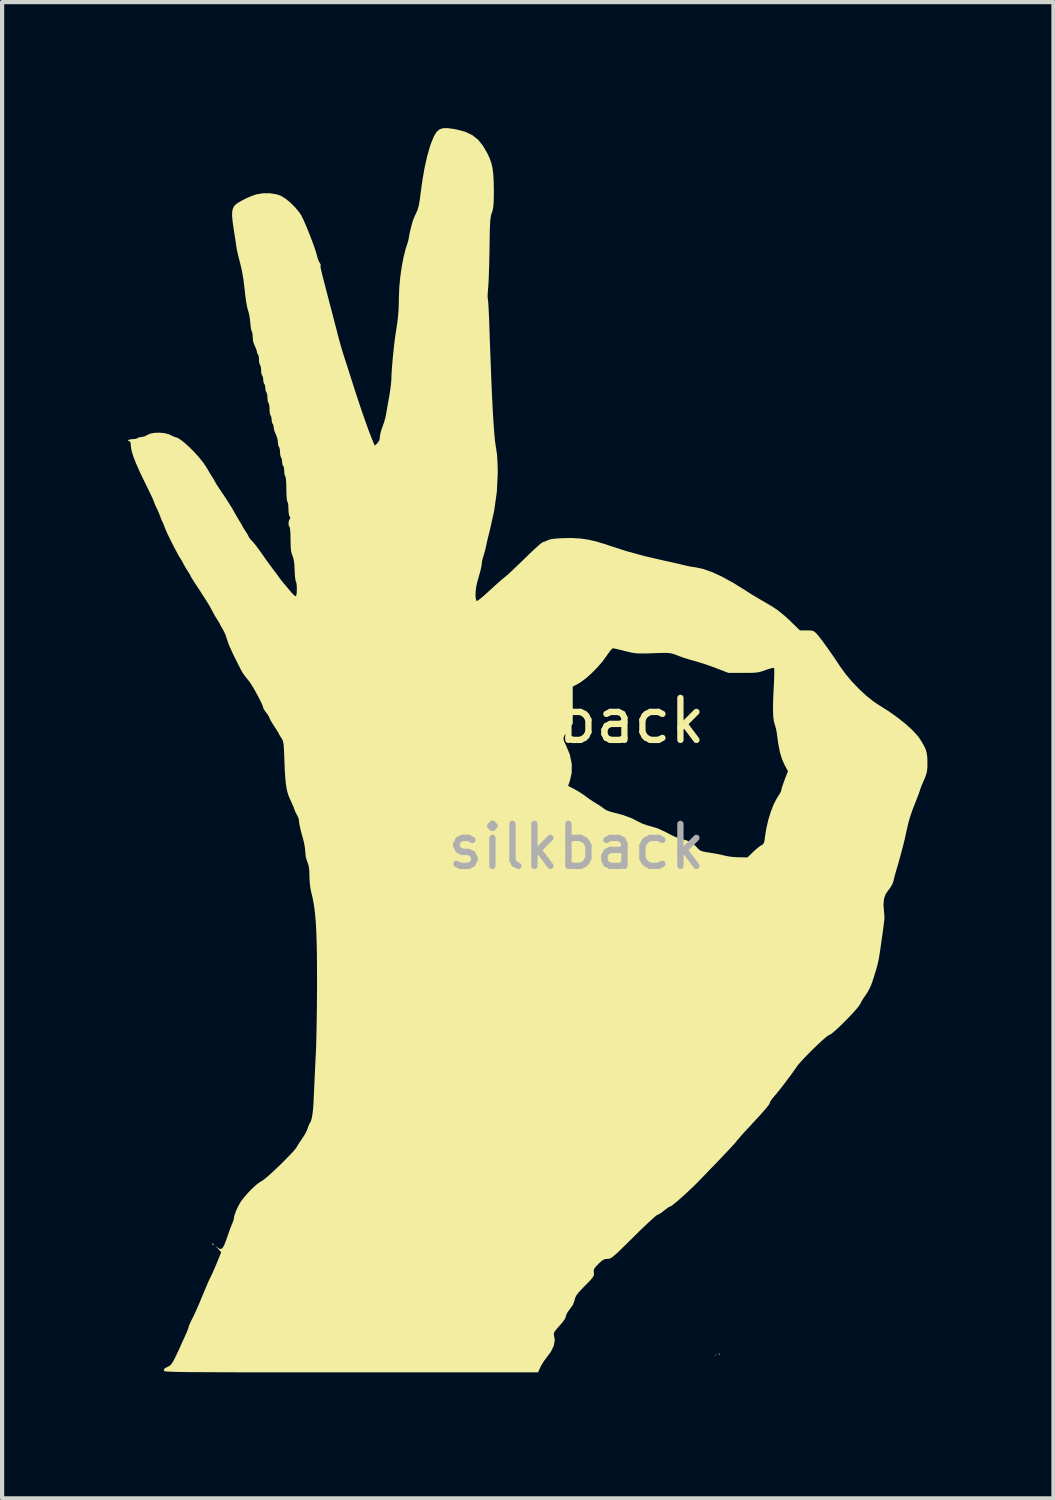
<source format=kicad_pcb>
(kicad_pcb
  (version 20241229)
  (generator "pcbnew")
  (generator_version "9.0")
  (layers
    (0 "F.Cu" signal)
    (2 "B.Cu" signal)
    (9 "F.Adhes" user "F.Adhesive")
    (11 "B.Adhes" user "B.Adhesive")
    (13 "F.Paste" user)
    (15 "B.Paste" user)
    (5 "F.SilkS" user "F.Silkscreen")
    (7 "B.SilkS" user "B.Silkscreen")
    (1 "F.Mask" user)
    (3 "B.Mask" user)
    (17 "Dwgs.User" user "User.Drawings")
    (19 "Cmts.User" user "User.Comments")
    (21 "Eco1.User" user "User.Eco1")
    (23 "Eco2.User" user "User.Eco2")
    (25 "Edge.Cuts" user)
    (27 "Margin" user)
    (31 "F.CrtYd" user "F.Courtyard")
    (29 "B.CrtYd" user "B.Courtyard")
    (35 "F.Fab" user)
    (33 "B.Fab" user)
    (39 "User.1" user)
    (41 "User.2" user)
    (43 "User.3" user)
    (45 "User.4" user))
  (footprint "silkback"
    (layer "F.Cu")
    (at 10.675 14.613)
    (property "Reference" "silkback" (at 0 -0.5 0) (unlocked yes) (layer "F.SilkS") (effects (font (size 1 1) (thickness 0.15))))
    (fp_poly (pts (xy 3.328 14.602) (xy 3.316 14.614) (xy 3.303 14.602) (xy 3.316 14.589)) (stroke (width 0) (type solid)) (fill yes) (layer "F.SilkS"))
    (fp_poly (pts (xy 3.42 14.573) (xy 3.417 14.588) (xy 3.403 14.589) (xy 3.383 14.58) (xy 3.387 14.573) (xy 3.416 14.57)) (stroke (width 0) (type solid)) (fill yes) (layer "F.SilkS"))
    (fp_poly (pts (xy -8.662 11.947) (xy -8.636 11.972) (xy -8.641 11.987) (xy -8.645 11.987) (xy -8.666 11.969) (xy -8.673 11.958) (xy -8.676 11.941)) (stroke (width 0) (type solid)) (fill yes) (layer "F.SilkS"))
    (fp_poly (pts (xy -2.928 -14.594) (xy -2.832 -14.575) (xy -2.636 -14.521) (xy -2.474 -14.442) (xy -2.338 -14.333) (xy -2.22 -14.185) (xy -2.118 -14.008) (xy -2.065 -13.893) (xy -2.025 -13.78) (xy -1.998 -13.66) (xy -1.98 -13.522) (xy -1.97 -13.355) (xy -1.966 -13.151) (xy -1.966 -13.125) (xy -1.967 -12.964) (xy -1.971 -12.842) (xy -1.978 -12.751) (xy -1.989 -12.681) (xy -2.005 -12.621) (xy -2.013 -12.6) (xy -2.027 -12.558) (xy -2.038 -12.509) (xy -2.047 -12.448) (xy -2.054 -12.368) (xy -2.059 -12.263) (xy -2.063 -12.127) (xy -2.066 -11.953) (xy -2.069 -11.749) (xy -2.073 -11.55) (xy -2.077 -11.356) (xy -2.083 -11.175) (xy -2.089 -11.016) (xy -2.095 -10.889) (xy -2.102 -10.803) (xy -2.102 -10.801) (xy -2.111 -10.699) (xy -2.114 -10.615) (xy -2.113 -10.563) (xy -2.11 -10.553) (xy -2.105 -10.522) (xy -2.098 -10.448) (xy -2.092 -10.338) (xy -2.085 -10.201) (xy -2.078 -10.044) (xy -2.075 -9.95) (xy -2.059 -9.483) (xy -2.043 -9.065) (xy -2.029 -8.691) (xy -2.015 -8.36) (xy -2.001 -8.07) (xy -1.988 -7.817) (xy -1.974 -7.6) (xy -1.961 -7.416) (xy -1.948 -7.263) (xy -1.935 -7.137) (xy -1.921 -7.038) (xy -1.911 -6.982) (xy -1.891 -6.845) (xy -1.879 -6.665) (xy -1.873 -6.448) (xy -1.873 -6.393) (xy -1.894 -5.96) (xy -1.957 -5.507) (xy -2.063 -5.031) (xy -2.069 -5.007) (xy -2.099 -4.889) (xy -2.126 -4.776) (xy -2.146 -4.684) (xy -2.152 -4.655) (xy -2.175 -4.556) (xy -2.204 -4.452) (xy -2.212 -4.429) (xy -2.236 -4.347) (xy -2.251 -4.275) (xy -2.252 -4.254) (xy -2.259 -4.195) (xy -2.277 -4.111) (xy -2.291 -4.054) (xy -2.321 -3.945) (xy -2.354 -3.829) (xy -2.366 -3.784) (xy -2.387 -3.684) (xy -2.399 -3.58) (xy -2.403 -3.484) (xy -2.396 -3.407) (xy -2.381 -3.361) (xy -2.368 -3.353) (xy -2.338 -3.37) (xy -2.28 -3.414) (xy -2.2 -3.482) (xy -2.106 -3.566) (xy -2.061 -3.607) (xy -1.957 -3.703) (xy -1.859 -3.791) (xy -1.775 -3.865) (xy -1.715 -3.914) (xy -1.702 -3.924) (xy -1.658 -3.961) (xy -1.585 -4.026) (xy -1.491 -4.115) (xy -1.381 -4.22) (xy -1.262 -4.335) (xy -1.224 -4.372) (xy -1.109 -4.484) (xy -1.003 -4.583) (xy -0.914 -4.664) (xy -0.846 -4.722) (xy -0.806 -4.752) (xy -0.799 -4.755) (xy -0.754 -4.767) (xy -0.692 -4.795) (xy -0.688 -4.797) (xy -0.63 -4.819) (xy -0.542 -4.834) (xy -0.416 -4.845) (xy -0.321 -4.849) (xy -0.106 -4.852) (xy 0.087 -4.841) (xy 0.273 -4.815) (xy 0.467 -4.771) (xy 0.682 -4.707) (xy 0.813 -4.662) (xy 1.202 -4.537) (xy 1.623 -4.422) (xy 2.084 -4.315) (xy 2.14 -4.303) (xy 2.266 -4.275) (xy 2.394 -4.246) (xy 2.503 -4.221) (xy 2.54 -4.211) (xy 2.654 -4.185) (xy 2.779 -4.162) (xy 2.84 -4.154) (xy 3.024 -4.114) (xy 3.238 -4.038) (xy 3.477 -3.927) (xy 3.739 -3.782) (xy 3.933 -3.662) (xy 4.046 -3.591) (xy 4.14 -3.531) (xy 4.229 -3.476) (xy 4.323 -3.42) (xy 4.432 -3.356) (xy 4.57 -3.276) (xy 4.641 -3.235) (xy 4.792 -3.135) (xy 4.959 -2.999) (xy 5.081 -2.887) (xy 5.322 -2.653) (xy 5.486 -2.653) (xy 5.576 -2.651) (xy 5.633 -2.642) (xy 5.675 -2.617) (xy 5.72 -2.572) (xy 5.734 -2.557) (xy 5.8 -2.476) (xy 5.887 -2.361) (xy 5.987 -2.222) (xy 6.097 -2.066) (xy 6.208 -1.902) (xy 6.282 -1.789) (xy 6.411 -1.612) (xy 6.564 -1.43) (xy 6.734 -1.253) (xy 6.908 -1.092) (xy 7.077 -0.958) (xy 7.195 -0.879) (xy 7.424 -0.735) (xy 7.637 -0.585) (xy 7.828 -0.434) (xy 7.99 -0.288) (xy 8.117 -0.152) (xy 8.18 -0.066) (xy 8.258 0.06) (xy 8.31 0.163) (xy 8.34 0.26) (xy 8.355 0.368) (xy 8.358 0.498) (xy 8.356 0.616) (xy 8.347 0.704) (xy 8.326 0.784) (xy 8.29 0.879) (xy 8.271 0.922) (xy 8.231 1.015) (xy 8.201 1.09) (xy 8.185 1.136) (xy 8.183 1.144) (xy 8.174 1.174) (xy 8.15 1.241) (xy 8.114 1.335) (xy 8.071 1.446) (xy 8.07 1.448) (xy 8 1.627) (xy 7.947 1.783) (xy 7.903 1.936) (xy 7.863 2.108) (xy 7.843 2.202) (xy 7.815 2.328) (xy 7.775 2.489) (xy 7.727 2.67) (xy 7.675 2.859) (xy 7.622 3.042) (xy 7.607 3.091) (xy 7.58 3.186) (xy 7.558 3.276) (xy 7.547 3.324) (xy 7.522 3.392) (xy 7.475 3.471) (xy 7.445 3.511) (xy 7.366 3.622) (xy 7.324 3.738) (xy 7.312 3.874) (xy 7.317 3.955) (xy 7.325 4.048) (xy 7.332 4.126) (xy 7.335 4.167) (xy 7.334 4.203) (xy 7.328 4.267) (xy 7.317 4.362) (xy 7.299 4.494) (xy 7.275 4.668) (xy 7.255 4.805) (xy 7.233 4.962) (xy 7.214 5.085) (xy 7.197 5.184) (xy 7.177 5.274) (xy 7.154 5.365) (xy 7.123 5.47) (xy 7.082 5.602) (xy 7.044 5.72) (xy 6.999 5.837) (xy 6.939 5.952) (xy 6.894 6.02) (xy 6.834 6.106) (xy 6.781 6.195) (xy 6.756 6.244) (xy 6.725 6.293) (xy 6.666 6.365) (xy 6.587 6.455) (xy 6.493 6.554) (xy 6.393 6.657) (xy 6.292 6.756) (xy 6.197 6.845) (xy 6.115 6.917) (xy 6.053 6.965) (xy 6.018 6.982) (xy 5.986 6.999) (xy 5.927 7.046) (xy 5.846 7.117) (xy 5.751 7.205) (xy 5.648 7.304) (xy 5.544 7.408) (xy 5.445 7.509) (xy 5.358 7.602) (xy 5.289 7.68) (xy 5.249 7.733) (xy 5.167 7.85) (xy 5.071 7.982) (xy 4.97 8.116) (xy 4.872 8.244) (xy 4.785 8.353) (xy 4.718 8.432) (xy 4.712 8.438) (xy 4.656 8.506) (xy 4.617 8.564) (xy 4.605 8.596) (xy 4.598 8.617) (xy 4.576 8.652) (xy 4.535 8.705) (xy 4.473 8.777) (xy 4.387 8.875) (xy 4.273 8.999) (xy 4.128 9.156) (xy 4.075 9.213) (xy 3.987 9.308) (xy 3.909 9.396) (xy 3.848 9.466) (xy 3.812 9.51) (xy 3.81 9.513) (xy 3.781 9.549) (xy 3.719 9.618) (xy 3.627 9.717) (xy 3.507 9.844) (xy 3.362 9.996) (xy 3.194 10.17) (xy 3.006 10.365) (xy 2.883 10.492) (xy 2.802 10.573) (xy 2.706 10.664) (xy 2.604 10.759) (xy 2.503 10.85) (xy 2.409 10.933) (xy 2.329 10.999) (xy 2.272 11.044) (xy 2.243 11.061) (xy 2.243 11.061) (xy 2.205 11.076) (xy 2.145 11.117) (xy 2.09 11.161) (xy 2.022 11.214) (xy 1.963 11.251) (xy 1.933 11.261) (xy 1.906 11.278) (xy 1.848 11.326) (xy 1.765 11.401) (xy 1.66 11.499) (xy 1.539 11.614) (xy 1.407 11.744) (xy 1.364 11.787) (xy 1.212 11.937) (xy 1.091 12.055) (xy 0.997 12.146) (xy 0.925 12.212) (xy 0.87 12.258) (xy 0.829 12.288) (xy 0.796 12.304) (xy 0.767 12.311) (xy 0.739 12.312) (xy 0.68 12.318) (xy 0.628 12.34) (xy 0.569 12.388) (xy 0.523 12.433) (xy 0.458 12.501) (xy 0.423 12.549) (xy 0.412 12.592) (xy 0.415 12.639) (xy 0.419 12.677) (xy 0.412 12.711) (xy 0.39 12.75) (xy 0.348 12.802) (xy 0.28 12.875) (xy 0.203 12.953) (xy 0.106 13.053) (xy 0.039 13.128) (xy -0.003 13.185) (xy -0.027 13.234) (xy -0.04 13.284) (xy -0.04 13.288) (xy -0.083 13.406) (xy -0.154 13.505) (xy -0.21 13.581) (xy -0.244 13.649) (xy -0.25 13.678) (xy -0.271 13.737) (xy -0.332 13.823) (xy -0.402 13.903) (xy -0.483 13.995) (xy -0.528 14.06) (xy -0.54 14.102) (xy -0.538 14.109) (xy -0.515 14.239) (xy -0.538 14.378) (xy -0.609 14.526) (xy -0.717 14.67) (xy -0.777 14.75) (xy -0.836 14.847) (xy -0.856 14.888) (xy -0.913 15.014) (xy -5.377 15.014) (xy -5.934 15.014) (xy -6.443 15.014) (xy -6.906 15.014) (xy -7.325 15.014) (xy -7.703 15.014) (xy -8.042 15.013) (xy -8.343 15.012) (xy -8.609 15.011) (xy -8.842 15.01) (xy -9.044 15.009) (xy -9.217 15.008) (xy -9.363 15.006) (xy -9.484 15.004) (xy -9.583 15.001) (xy -9.662 14.999) (xy -9.723 14.996) (xy -9.767 14.992) (xy -9.797 14.989) (xy -9.815 14.984) (xy -9.824 14.98) (xy -9.825 14.975) (xy -9.812 14.935) (xy -9.81 14.925) (xy -9.789 14.91) (xy -9.739 14.886) (xy -9.727 14.881) (xy -9.68 14.854) (xy -9.638 14.809) (xy -9.593 14.736) (xy -9.549 14.649) (xy -9.503 14.553) (xy -9.463 14.47) (xy -9.437 14.413) (xy -9.433 14.402) (xy -9.413 14.356) (xy -9.379 14.28) (xy -9.336 14.187) (xy -9.323 14.158) (xy -9.282 14.066) (xy -9.251 13.99) (xy -9.235 13.941) (xy -9.234 13.933) (xy -9.223 13.896) (xy -9.194 13.83) (xy -9.155 13.751) (xy -9.108 13.657) (xy -9.053 13.538) (xy -8.999 13.414) (xy -8.982 13.376) (xy -8.9 13.178) (xy -8.834 13.021) (xy -8.782 12.898) (xy -8.74 12.804) (xy -8.706 12.733) (xy -8.689 12.699) (xy -8.657 12.631) (xy -8.614 12.533) (xy -8.567 12.422) (xy -8.548 12.376) (xy -8.458 12.152) (xy -8.54 12.063) (xy -8.581 12.017) (xy -8.589 12.005) (xy -8.564 12.025) (xy -8.551 12.036) (xy -8.502 12.071) (xy -8.461 12.077) (xy -8.424 12.051) (xy -8.387 11.986) (xy -8.345 11.88) (xy -8.316 11.797) (xy -8.277 11.684) (xy -8.239 11.58) (xy -8.209 11.501) (xy -8.195 11.47) (xy -8.17 11.406) (xy -8.158 11.358) (xy -8.158 11.356) (xy -8.145 11.282) (xy -8.11 11.183) (xy -8.061 11.073) (xy -8.003 10.969) (xy -7.981 10.936) (xy -7.906 10.837) (xy -7.814 10.733) (xy -7.715 10.632) (xy -7.619 10.545) (xy -7.536 10.482) (xy -7.489 10.456) (xy -7.445 10.427) (xy -7.373 10.368) (xy -7.281 10.287) (xy -7.176 10.189) (xy -7.064 10.083) (xy -6.954 9.974) (xy -6.851 9.869) (xy -6.763 9.776) (xy -6.697 9.701) (xy -6.66 9.65) (xy -6.658 9.646) (xy -6.623 9.585) (xy -6.57 9.505) (xy -6.53 9.447) (xy -6.473 9.36) (xy -6.426 9.271) (xy -6.406 9.222) (xy -6.382 9.153) (xy -6.361 9.104) (xy -6.357 9.096) (xy -6.327 9.044) (xy -6.304 8.973) (xy -6.286 8.877) (xy -6.271 8.749) (xy -6.259 8.582) (xy -6.252 8.421) (xy -6.244 8.237) (xy -6.234 8.021) (xy -6.223 7.794) (xy -6.213 7.573) (xy -6.204 7.407) (xy -6.198 7.263) (xy -6.193 7.077) (xy -6.188 6.858) (xy -6.184 6.616) (xy -6.18 6.36) (xy -6.178 6.097) (xy -6.176 5.837) (xy -6.176 5.756) (xy -6.177 5.389) (xy -6.179 5.067) (xy -6.185 4.786) (xy -6.193 4.542) (xy -6.204 4.328) (xy -6.219 4.142) (xy -6.237 3.977) (xy -6.259 3.83) (xy -6.286 3.696) (xy -6.317 3.571) (xy -6.336 3.473) (xy -6.35 3.348) (xy -6.357 3.218) (xy -6.357 3.196) (xy -6.361 3.064) (xy -6.373 2.967) (xy -6.394 2.892) (xy -6.406 2.865) (xy -6.441 2.759) (xy -6.455 2.637) (xy -6.456 2.629) (xy -6.464 2.53) (xy -6.484 2.413) (xy -6.504 2.329) (xy -6.55 2.165) (xy -6.583 2.027) (xy -6.602 1.923) (xy -6.607 1.873) (xy -6.619 1.816) (xy -6.65 1.748) (xy -6.654 1.742) (xy -6.692 1.67) (xy -6.718 1.604) (xy -6.719 1.602) (xy -6.738 1.547) (xy -6.773 1.466) (xy -6.812 1.381) (xy -6.849 1.296) (xy -6.879 1.208) (xy -6.901 1.11) (xy -6.919 0.994) (xy -6.933 0.851) (xy -6.944 0.675) (xy -6.953 0.456) (xy -6.953 0.45) (xy -6.959 0.285) (xy -6.965 0.163) (xy -6.972 0.074) (xy -6.981 0.011) (xy -6.994 -0.033) (xy -7.01 -0.067) (xy -7.026 -0.091) (xy -7.027 -0.094) (xy -0.307 -0.094) (xy -0.304 -0.041) (xy -0.28 0.02) (xy -0.251 0.077) (xy -0.158 0.302) (xy -0.111 0.526) (xy -0.113 0.744) (xy -0.16 0.945) (xy -0.198 1.051) (xy -0.054 1.124) (xy 0.05 1.183) (xy 0.158 1.253) (xy 0.214 1.294) (xy 0.307 1.362) (xy 0.409 1.43) (xy 0.463 1.462) (xy 0.545 1.513) (xy 0.619 1.564) (xy 0.651 1.589) (xy 0.711 1.627) (xy 0.797 1.661) (xy 0.851 1.676) (xy 1.11 1.744) (xy 1.322 1.823) (xy 1.452 1.89) (xy 1.576 1.951) (xy 1.718 1.999) (xy 1.769 2.011) (xy 1.947 2.066) (xy 2.135 2.155) (xy 2.148 2.162) (xy 2.253 2.217) (xy 2.357 2.265) (xy 2.441 2.296) (xy 2.463 2.302) (xy 2.627 2.349) (xy 2.752 2.41) (xy 2.848 2.49) (xy 2.864 2.508) (xy 2.906 2.555) (xy 2.946 2.586) (xy 2.995 2.607) (xy 3.067 2.623) (xy 3.174 2.64) (xy 3.182 2.641) (xy 3.303 2.661) (xy 3.421 2.684) (xy 3.517 2.706) (xy 3.541 2.712) (xy 3.629 2.73) (xy 3.744 2.744) (xy 3.861 2.75) (xy 3.87 2.75) (xy 4.074 2.753) (xy 4.2 2.629) (xy 4.276 2.56) (xy 4.348 2.501) (xy 4.4 2.467) (xy 4.442 2.44) (xy 4.467 2.402) (xy 4.481 2.338) (xy 4.487 2.285) (xy 4.518 2.081) (xy 4.565 1.873) (xy 4.626 1.673) (xy 4.696 1.493) (xy 4.771 1.346) (xy 4.807 1.29) (xy 4.85 1.223) (xy 4.876 1.166) (xy 4.88 1.148) (xy 4.889 1.105) (xy 4.912 1.031) (xy 4.946 0.937) (xy 4.958 0.903) (xy 5.037 0.702) (xy 4.948 0.533) (xy 4.891 0.401) (xy 4.844 0.24) (xy 4.805 0.042) (xy 4.773 -0.198) (xy 4.771 -0.213) (xy 4.754 -0.305) (xy 4.727 -0.401) (xy 4.722 -0.413) (xy 4.702 -0.487) (xy 4.688 -0.587) (xy 4.682 -0.719) (xy 4.682 -0.886) (xy 4.688 -1.094) (xy 4.7 -1.326) (xy 4.706 -1.465) (xy 4.71 -1.587) (xy 4.711 -1.682) (xy 4.709 -1.742) (xy 4.706 -1.758) (xy 4.676 -1.759) (xy 4.613 -1.744) (xy 4.527 -1.717) (xy 4.503 -1.708) (xy 4.424 -1.68) (xy 4.355 -1.661) (xy 4.284 -1.649) (xy 4.198 -1.643) (xy 4.086 -1.641) (xy 3.966 -1.641) (xy 3.616 -1.642) (xy 3.316 -1.758) (xy 3.177 -1.808) (xy 3.031 -1.858) (xy 2.897 -1.9) (xy 2.807 -1.926) (xy 2.679 -1.962) (xy 2.541 -2.006) (xy 2.421 -2.05) (xy 2.416 -2.051) (xy 2.348 -2.078) (xy 2.291 -2.097) (xy 2.236 -2.109) (xy 2.172 -2.115) (xy 2.088 -2.117) (xy 1.976 -2.115) (xy 1.824 -2.109) (xy 1.823 -2.109) (xy 1.667 -2.104) (xy 1.549 -2.103) (xy 1.456 -2.105) (xy 1.376 -2.113) (xy 1.298 -2.127) (xy 1.208 -2.148) (xy 1.156 -2.161) (xy 1.047 -2.188) (xy 0.954 -2.21) (xy 0.89 -2.224) (xy 0.868 -2.227) (xy 0.841 -2.207) (xy 0.796 -2.155) (xy 0.74 -2.078) (xy 0.712 -2.037) (xy 0.617 -1.907) (xy 0.498 -1.77) (xy 0.367 -1.637) (xy 0.235 -1.519) (xy 0.112 -1.426) (xy 0.049 -1.387) (xy -0.088 -1.314) (xy -0.088 -0.431) (xy -0.169 -0.322) (xy -0.242 -0.222) (xy -0.287 -0.15) (xy -0.307 -0.094) (xy -7.027 -0.094) (xy -7.062 -0.146) (xy -7.081 -0.182) (xy -7.082 -0.186) (xy -7.095 -0.213) (xy -7.13 -0.27) (xy -7.179 -0.346) (xy -7.195 -0.37) (xy -7.247 -0.451) (xy -7.287 -0.519) (xy -7.306 -0.561) (xy -7.307 -0.566) (xy -7.322 -0.6) (xy -7.359 -0.657) (xy -7.382 -0.688) (xy -7.426 -0.749) (xy -7.453 -0.795) (xy -7.457 -0.808) (xy -7.47 -0.854) (xy -7.503 -0.931) (xy -7.552 -1.03) (xy -7.61 -1.14) (xy -7.672 -1.251) (xy -7.733 -1.352) (xy -7.786 -1.432) (xy -7.821 -1.476) (xy -7.888 -1.557) (xy -7.948 -1.643) (xy -7.975 -1.689) (xy -8.014 -1.767) (xy -8.064 -1.865) (xy -8.102 -1.939) (xy -8.2 -2.141) (xy -8.273 -2.305) (xy -8.32 -2.436) (xy -8.332 -2.477) (xy -8.366 -2.572) (xy -8.412 -2.665) (xy -8.423 -2.683) (xy -8.459 -2.743) (xy -8.481 -2.784) (xy -8.483 -2.791) (xy -8.496 -2.819) (xy -8.529 -2.873) (xy -8.553 -2.911) (xy -8.607 -2.999) (xy -8.663 -3.099) (xy -8.684 -3.141) (xy -8.719 -3.206) (xy -8.776 -3.302) (xy -8.848 -3.417) (xy -8.928 -3.541) (xy -8.964 -3.597) (xy -9.039 -3.71) (xy -9.103 -3.809) (xy -9.151 -3.885) (xy -9.179 -3.932) (xy -9.184 -3.942) (xy -9.197 -3.97) (xy -9.229 -4.024) (xy -9.254 -4.062) (xy -9.303 -4.141) (xy -9.347 -4.218) (xy -9.359 -4.242) (xy -9.401 -4.319) (xy -9.443 -4.388) (xy -9.481 -4.45) (xy -9.532 -4.545) (xy -9.593 -4.66) (xy -9.655 -4.784) (xy -9.715 -4.906) (xy -9.765 -5.013) (xy -9.8 -5.095) (xy -9.811 -5.125) (xy -9.835 -5.192) (xy -9.857 -5.238) (xy -9.86 -5.243) (xy -9.879 -5.282) (xy -9.903 -5.346) (xy -9.908 -5.36) (xy -9.938 -5.439) (xy -9.979 -5.533) (xy -9.999 -5.573) (xy -10.033 -5.645) (xy -10.055 -5.699) (xy -10.06 -5.717) (xy -10.071 -5.746) (xy -10.1 -5.813) (xy -10.146 -5.909) (xy -10.203 -6.028) (xy -10.269 -6.162) (xy -10.272 -6.168) (xy -10.392 -6.416) (xy -10.485 -6.626) (xy -10.552 -6.798) (xy -10.593 -6.937) (xy -10.61 -7.043) (xy -10.61 -7.061) (xy -10.617 -7.128) (xy -10.638 -7.155) (xy -10.649 -7.157) (xy -10.675 -7.169) (xy -10.673 -7.182) (xy -10.64 -7.198) (xy -10.578 -7.207) (xy -10.56 -7.207) (xy -10.494 -7.213) (xy -10.452 -7.228) (xy -10.448 -7.232) (xy -10.414 -7.25) (xy -10.356 -7.257) (xy -10.281 -7.273) (xy -10.217 -7.307) (xy -10.145 -7.339) (xy -10.042 -7.357) (xy -9.924 -7.36) (xy -9.806 -7.349) (xy -9.706 -7.323) (xy -9.672 -7.307) (xy -9.609 -7.275) (xy -9.562 -7.258) (xy -9.555 -7.257) (xy -9.497 -7.238) (xy -9.415 -7.186) (xy -9.318 -7.108) (xy -9.21 -7.01) (xy -9.1 -6.899) (xy -8.994 -6.783) (xy -8.9 -6.667) (xy -8.823 -6.558) (xy -8.792 -6.506) (xy -8.748 -6.43) (xy -8.695 -6.342) (xy -8.676 -6.313) (xy -8.637 -6.25) (xy -8.613 -6.207) (xy -8.608 -6.196) (xy -8.595 -6.172) (xy -8.559 -6.115) (xy -8.505 -6.032) (xy -8.438 -5.931) (xy -8.417 -5.901) (xy -8.339 -5.784) (xy -8.266 -5.669) (xy -8.204 -5.57) (xy -8.162 -5.498) (xy -8.16 -5.493) (xy -8.107 -5.398) (xy -8.049 -5.3) (xy -8.026 -5.262) (xy -7.987 -5.199) (xy -7.962 -5.155) (xy -7.958 -5.144) (xy -7.945 -5.119) (xy -7.912 -5.066) (xy -7.883 -5.021) (xy -7.841 -4.955) (xy -7.813 -4.906) (xy -7.808 -4.89) (xy -7.792 -4.861) (xy -7.752 -4.812) (xy -7.734 -4.793) (xy -7.698 -4.754) (xy -7.661 -4.712) (xy -7.62 -4.658) (xy -7.567 -4.586) (xy -7.496 -4.487) (xy -7.42 -4.379) (xy -7.351 -4.282) (xy -7.279 -4.183) (xy -7.22 -4.104) (xy -7.219 -4.104) (xy -7.162 -4.029) (xy -7.111 -3.959) (xy -7.09 -3.929) (xy -7.048 -3.873) (xy -6.991 -3.8) (xy -6.958 -3.76) (xy -6.887 -3.676) (xy -6.812 -3.586) (xy -6.785 -3.554) (xy -6.734 -3.5) (xy -6.694 -3.47) (xy -6.679 -3.468) (xy -6.666 -3.499) (xy -6.659 -3.564) (xy -6.657 -3.645) (xy -6.66 -3.725) (xy -6.669 -3.789) (xy -6.68 -3.818) (xy -6.69 -3.851) (xy -6.7 -3.923) (xy -6.707 -4.021) (xy -6.71 -4.09) (xy -6.717 -4.238) (xy -6.733 -4.346) (xy -6.757 -4.424) (xy -6.761 -4.433) (xy -6.783 -4.49) (xy -6.797 -4.56) (xy -6.804 -4.655) (xy -6.807 -4.787) (xy -6.807 -4.815) (xy -6.809 -4.936) (xy -6.815 -5.033) (xy -6.823 -5.097) (xy -6.832 -5.118) (xy -6.852 -5.155) (xy -6.855 -5.215) (xy -6.843 -5.274) (xy -6.827 -5.3) (xy -6.81 -5.334) (xy -6.827 -5.36) (xy -6.843 -5.401) (xy -6.854 -5.475) (xy -6.857 -5.546) (xy -6.86 -5.631) (xy -6.87 -5.693) (xy -6.882 -5.718) (xy -6.892 -5.749) (xy -6.9 -5.82) (xy -6.905 -5.922) (xy -6.907 -6.018) (xy -6.909 -6.139) (xy -6.915 -6.235) (xy -6.923 -6.298) (xy -6.932 -6.319) (xy -6.947 -6.351) (xy -6.956 -6.414) (xy -6.957 -6.444) (xy -6.962 -6.514) (xy -6.975 -6.561) (xy -6.982 -6.569) (xy -6.999 -6.602) (xy -7.007 -6.663) (xy -7.007 -6.669) (xy -7.014 -6.731) (xy -7.03 -6.768) (xy -7.032 -6.769) (xy -7.047 -6.802) (xy -7.056 -6.865) (xy -7.057 -6.894) (xy -7.062 -6.965) (xy -7.075 -7.011) (xy -7.082 -7.019) (xy -7.098 -7.052) (xy -7.107 -7.114) (xy -7.107 -7.133) (xy -7.12 -7.222) (xy -7.152 -7.311) (xy -7.157 -7.32) (xy -7.19 -7.397) (xy -7.207 -7.471) (xy -7.207 -7.482) (xy -7.215 -7.539) (xy -7.232 -7.57) (xy -7.249 -7.603) (xy -7.257 -7.664) (xy -7.257 -7.67) (xy -7.264 -7.732) (xy -7.28 -7.769) (xy -7.282 -7.77) (xy -7.296 -7.802) (xy -7.305 -7.867) (xy -7.307 -7.92) (xy -7.311 -7.998) (xy -7.323 -8.054) (xy -7.332 -8.07) (xy -7.348 -8.103) (xy -7.356 -8.166) (xy -7.357 -8.196) (xy -7.362 -8.266) (xy -7.376 -8.313) (xy -7.382 -8.321) (xy -7.399 -8.354) (xy -7.407 -8.414) (xy -7.407 -8.421) (xy -7.414 -8.483) (xy -7.43 -8.52) (xy -7.432 -8.521) (xy -7.449 -8.554) (xy -7.457 -8.615) (xy -7.457 -8.621) (xy -7.464 -8.683) (xy -7.481 -8.72) (xy -7.482 -8.721) (xy -7.498 -8.754) (xy -7.507 -8.817) (xy -7.507 -8.846) (xy -7.513 -8.916) (xy -7.526 -8.963) (xy -7.532 -8.971) (xy -7.548 -9.004) (xy -7.557 -9.067) (xy -7.557 -9.096) (xy -7.563 -9.167) (xy -7.576 -9.214) (xy -7.582 -9.222) (xy -7.604 -9.257) (xy -7.607 -9.285) (xy -7.619 -9.337) (xy -7.649 -9.406) (xy -7.658 -9.422) (xy -7.697 -9.531) (xy -7.708 -9.634) (xy -7.712 -9.708) (xy -7.722 -9.758) (xy -7.729 -9.77) (xy -7.741 -9.799) (xy -7.753 -9.866) (xy -7.763 -9.957) (xy -7.765 -9.983) (xy -7.778 -10.092) (xy -7.797 -10.196) (xy -7.819 -10.272) (xy -7.821 -10.278) (xy -7.837 -10.336) (xy -7.856 -10.433) (xy -7.875 -10.556) (xy -7.892 -10.695) (xy -7.899 -10.761) (xy -7.927 -10.997) (xy -7.964 -11.213) (xy -8.006 -11.395) (xy -8.008 -11.403) (xy -8.04 -11.524) (xy -8.069 -11.641) (xy -8.089 -11.738) (xy -8.095 -11.778) (xy -8.106 -11.85) (xy -8.122 -11.957) (xy -8.141 -12.085) (xy -8.162 -12.219) (xy -8.163 -12.221) (xy -8.187 -12.393) (xy -8.199 -12.524) (xy -8.196 -12.622) (xy -8.18 -12.697) (xy -8.15 -12.755) (xy -8.128 -12.781) (xy -8.071 -12.826) (xy -7.981 -12.88) (xy -7.872 -12.936) (xy -7.756 -12.987) (xy -7.649 -13.026) (xy -7.62 -13.035) (xy -7.463 -13.061) (xy -7.295 -13.061) (xy -7.136 -13.035) (xy -7.035 -13) (xy -6.927 -12.934) (xy -6.809 -12.837) (xy -6.694 -12.722) (xy -6.596 -12.603) (xy -6.552 -12.536) (xy -6.512 -12.456) (xy -6.46 -12.341) (xy -6.402 -12.202) (xy -6.342 -12.052) (xy -6.285 -11.902) (xy -6.235 -11.764) (xy -6.198 -11.65) (xy -6.181 -11.586) (xy -6.157 -11.502) (xy -6.129 -11.433) (xy -6.113 -11.407) (xy -6.089 -11.365) (xy -6.09 -11.342) (xy -6.093 -11.334) (xy -6.094 -11.319) (xy -6.091 -11.294) (xy -6.083 -11.253) (xy -6.069 -11.191) (xy -6.048 -11.105) (xy -6.018 -10.988) (xy -5.979 -10.836) (xy -5.929 -10.644) (xy -5.881 -10.46) (xy -5.836 -10.288) (xy -5.79 -10.111) (xy -5.746 -9.942) (xy -5.708 -9.796) (xy -5.683 -9.697) (xy -5.664 -9.623) (xy -5.645 -9.555) (xy -5.627 -9.487) (xy -5.606 -9.414) (xy -5.581 -9.331) (xy -5.55 -9.231) (xy -5.512 -9.11) (xy -5.464 -8.962) (xy -5.406 -8.781) (xy -5.336 -8.562) (xy -5.279 -8.383) (xy -5.19 -8.112) (xy -5.104 -7.856) (xy -5.022 -7.622) (xy -4.948 -7.416) (xy -4.883 -7.247) (xy -4.843 -7.148) (xy -4.802 -7.051) (xy -4.741 -7.108) (xy -4.691 -7.181) (xy -4.68 -7.257) (xy -4.67 -7.33) (xy -4.645 -7.425) (xy -4.618 -7.5) (xy -4.579 -7.61) (xy -4.546 -7.73) (xy -4.532 -7.798) (xy -4.517 -7.885) (xy -4.497 -8.003) (xy -4.473 -8.136) (xy -4.456 -8.233) (xy -4.435 -8.365) (xy -4.418 -8.497) (xy -4.407 -8.61) (xy -4.405 -8.671) (xy -4.401 -8.774) (xy -4.392 -8.915) (xy -4.378 -9.08) (xy -4.361 -9.258) (xy -4.342 -9.435) (xy -4.322 -9.6) (xy -4.302 -9.741) (xy -4.295 -9.785) (xy -4.266 -9.971) (xy -4.246 -10.139) (xy -4.234 -10.309) (xy -4.228 -10.5) (xy -4.227 -10.585) (xy -4.218 -10.818) (xy -4.195 -11.062) (xy -4.161 -11.304) (xy -4.118 -11.531) (xy -4.068 -11.731) (xy -4.027 -11.855) (xy -4.004 -11.933) (xy -3.99 -12.005) (xy -3.983 -12.053) (xy -3.972 -12.106) (xy -3.956 -12.177) (xy -3.931 -12.277) (xy -3.909 -12.362) (xy -3.885 -12.434) (xy -3.846 -12.526) (xy -3.819 -12.583) (xy -3.783 -12.665) (xy -3.756 -12.76) (xy -3.733 -12.882) (xy -3.716 -13.014) (xy -3.67 -13.354) (xy -3.616 -13.665) (xy -3.554 -13.942) (xy -3.487 -14.178) (xy -3.447 -14.289) (xy -3.39 -14.423) (xy -3.333 -14.518) (xy -3.266 -14.579) (xy -3.182 -14.609) (xy -3.072 -14.613)) (stroke (width 0) (type solid)) (fill yes) (layer "F.SilkS"))
    (fp_text user "${REFERENCE}" (at 0 2.5 0) (unlocked yes) (layer "F.Fab") (effects (font (size 1 1) (thickness 0.15)))))
  (gr_rect
    (start -3 -3)
    (end 22.034 32.627)
    (stroke (width 0.1) (type default))
    (fill no)
    (layer "Edge.Cuts")))
</source>
